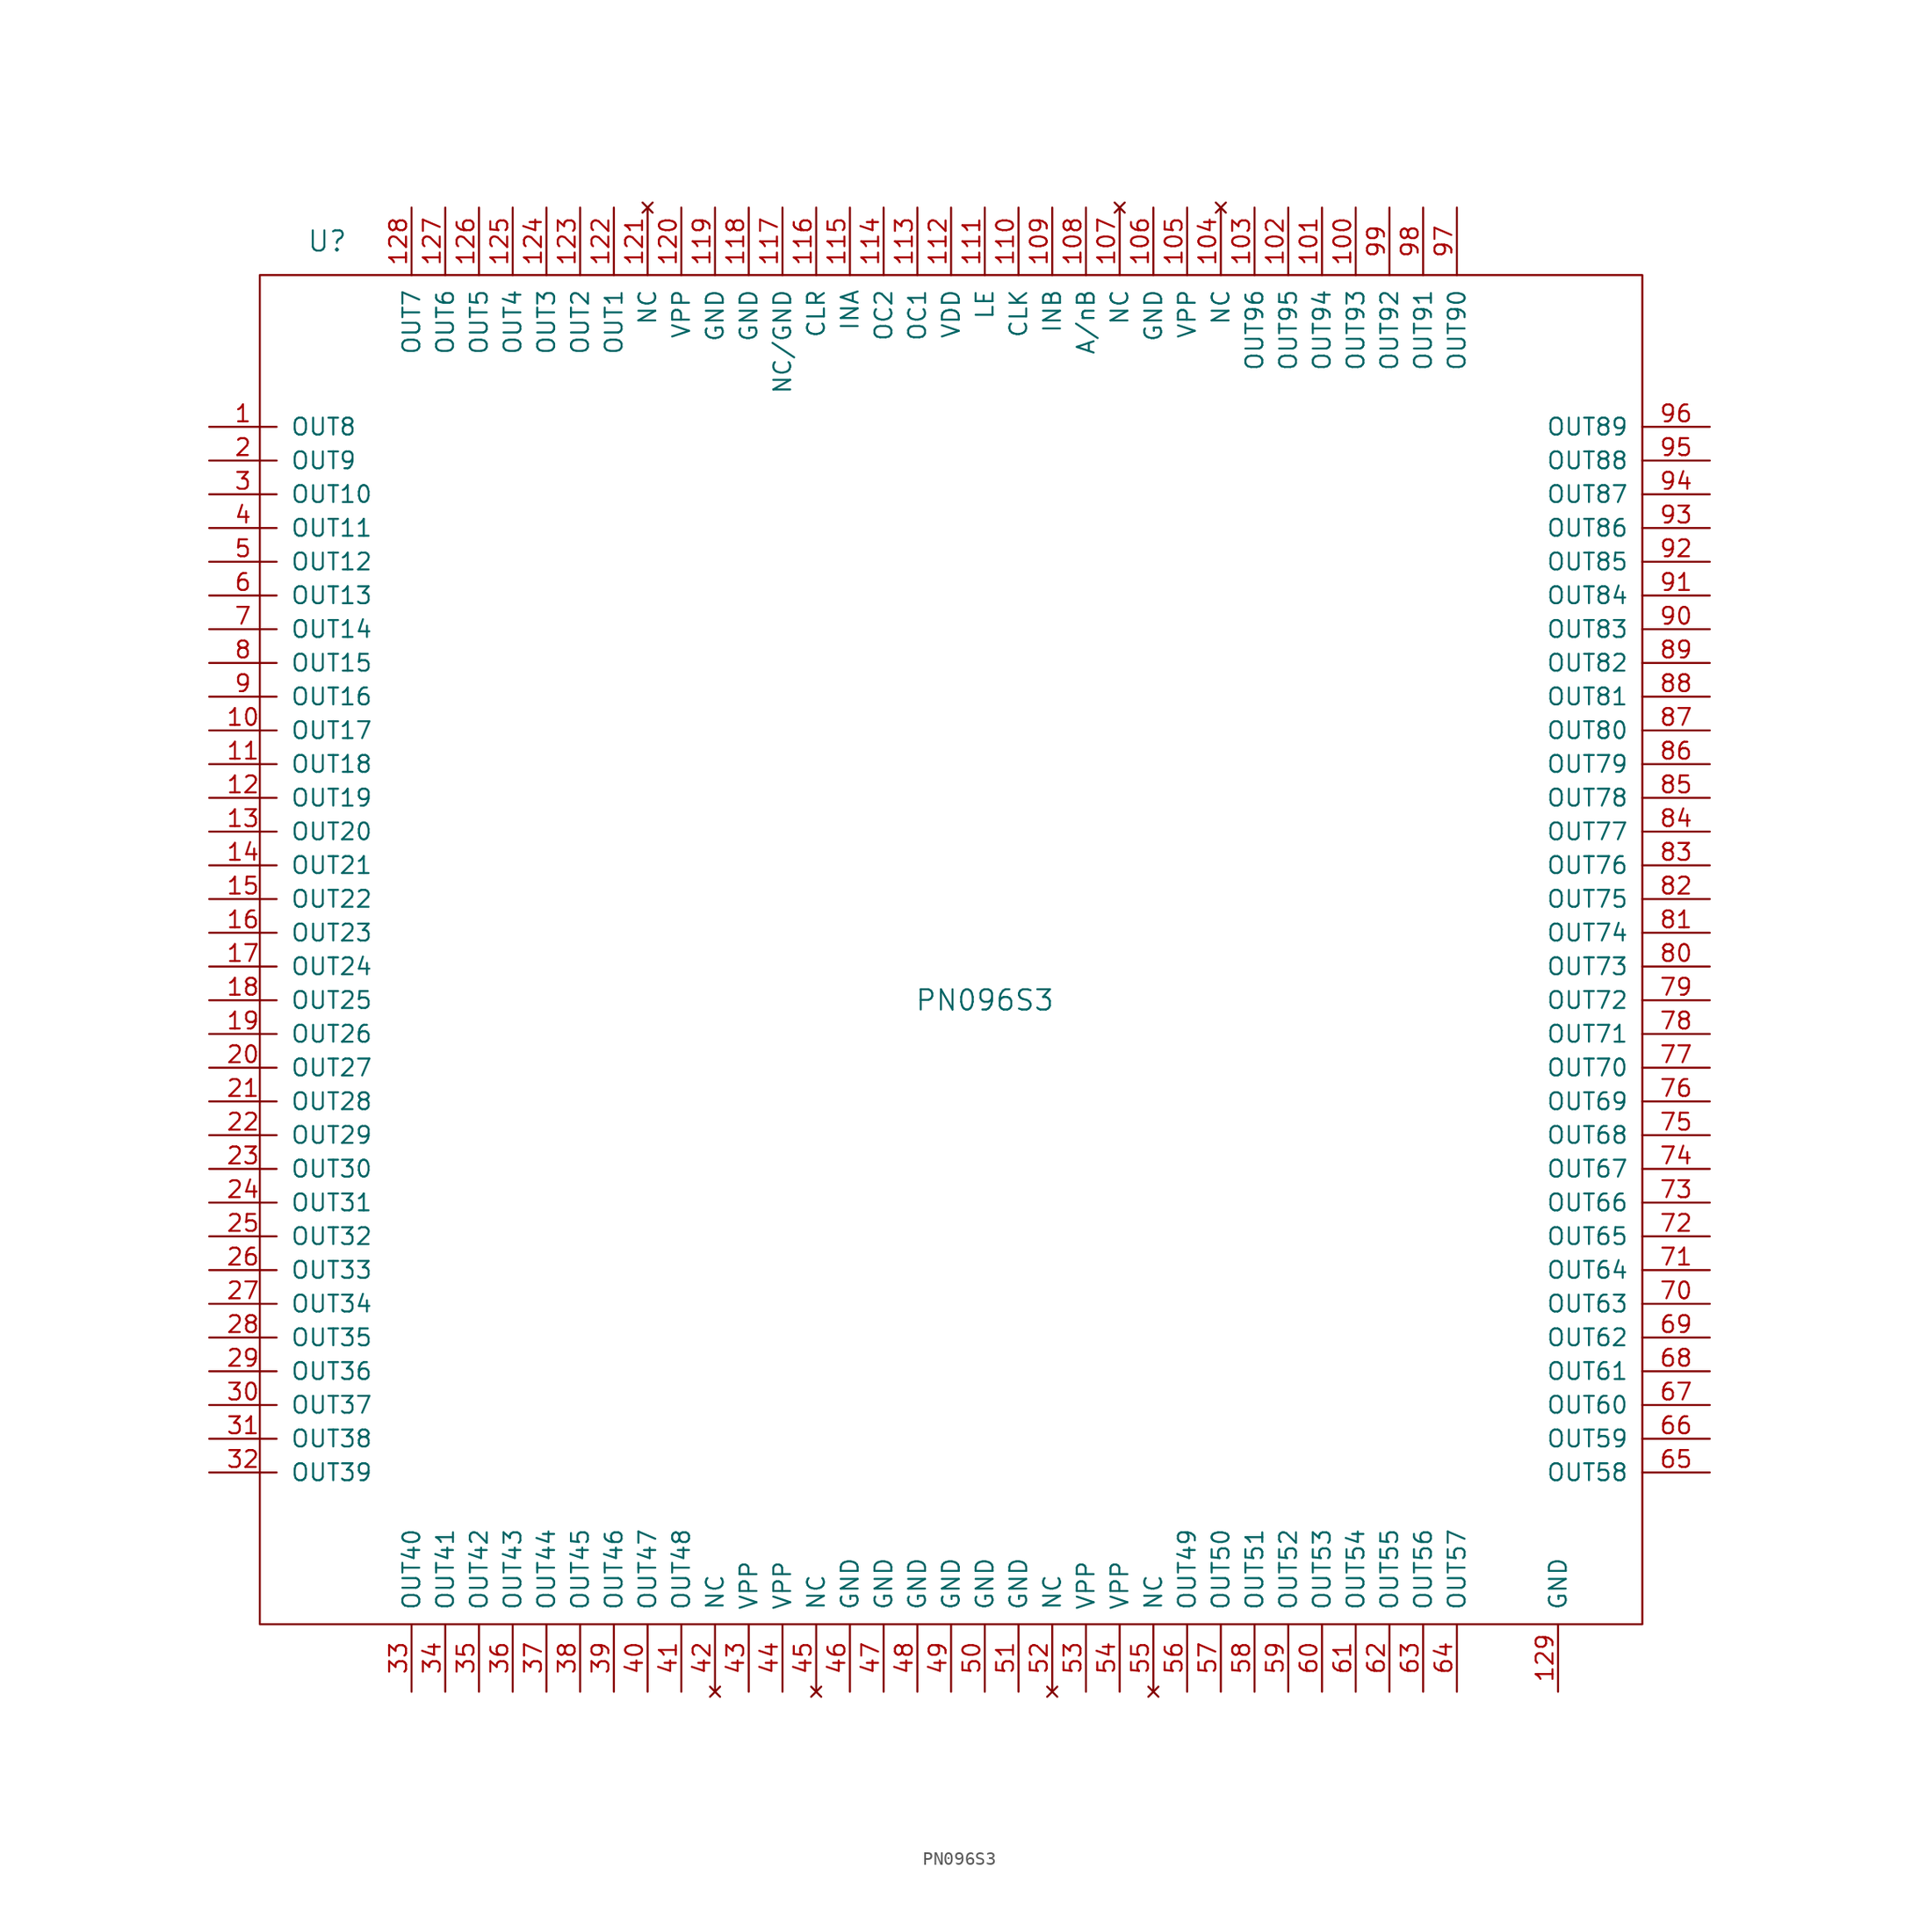
<source format=kicad_sym>
(kicad_symbol_lib
  (version 20220914)
  (generator kicad_symbol_editor)
  (symbol "PN096S3"
    (pin_names
      (offset 1.016))
    (property "Reference" "U"
      (at -48.26 55.88 0)
      (effects (font (size 1.524 1.524))))
    (property "Value" "PN096S3"
      (at 1.27 -1.27 0)
      (effects (font (size 1.524 1.524))))
    (property "Footprint" ""
      (at 33.02 -53.34 0)
      (effects (font (size 1.524 1.524))))
    (property "Datasheet" ""
      (at 33.02 -53.34 0)
      (effects (font (size 1.524 1.524))))
    (symbol "PN096S3_0_1"
      (rectangle (start -53.34 53.34) (end 50.8 -48.26) (stroke (width 0) (type default)) (fill (type none))))
    (symbol "PN096S3_1_1"
      (pin input line (at -57.15 41.91 0) (length 5.08) (name "OUT8" (effects (font (size 1.27 1.27)))) (number "1" (effects (font (size 1.27 1.27)))))
      (pin input line (at -57.15 19.05 0) (length 5.08) (name "OUT17" (effects (font (size 1.27 1.27)))) (number "10" (effects (font (size 1.27 1.27)))))
      (pin input line (at 29.21 58.42 270) (length 5.08) (name "OUT93" (effects (font (size 1.27 1.27)))) (number "100" (effects (font (size 1.27 1.27)))))
      (pin input line (at 26.67 58.42 270) (length 5.08) (name "OUT94" (effects (font (size 1.27 1.27)))) (number "101" (effects (font (size 1.27 1.27)))))
      (pin input line (at 24.13 58.42 270) (length 5.08) (name "OUT95" (effects (font (size 1.27 1.27)))) (number "102" (effects (font (size 1.27 1.27)))))
      (pin input line (at 21.59 58.42 270) (length 5.08) (name "OUT96" (effects (font (size 1.27 1.27)))) (number "103" (effects (font (size 1.27 1.27)))))
      (pin no_connect line (at 19.05 58.42 270) (length 5.08) (name "NC" (effects (font (size 1.27 1.27)))) (number "104" (effects (font (size 1.27 1.27)))))
      (pin power_in line (at 16.51 58.42 270) (length 5.08) (name "VPP" (effects (font (size 1.27 1.27)))) (number "105" (effects (font (size 1.27 1.27)))))
      (pin power_in line (at 13.97 58.42 270) (length 5.08) (name "GND" (effects (font (size 1.27 1.27)))) (number "106" (effects (font (size 1.27 1.27)))))
      (pin no_connect line (at 11.43 58.42 270) (length 5.08) (name "NC" (effects (font (size 1.27 1.27)))) (number "107" (effects (font (size 1.27 1.27)))))
      (pin input line (at 8.89 58.42 270) (length 5.08) (name "A/nB" (effects (font (size 1.27 1.27)))) (number "108" (effects (font (size 1.27 1.27)))))
      (pin input line (at 6.35 58.42 270) (length 5.08) (name "INB" (effects (font (size 1.27 1.27)))) (number "109" (effects (font (size 1.27 1.27)))))
      (pin input line (at -57.15 16.51 0) (length 5.08) (name "OUT18" (effects (font (size 1.27 1.27)))) (number "11" (effects (font (size 1.27 1.27)))))
      (pin input line (at 3.81 58.42 270) (length 5.08) (name "CLK" (effects (font (size 1.27 1.27)))) (number "110" (effects (font (size 1.27 1.27)))))
      (pin input line (at 1.27 58.42 270) (length 5.08) (name "LE" (effects (font (size 1.27 1.27)))) (number "111" (effects (font (size 1.27 1.27)))))
      (pin power_in line (at -1.27 58.42 270) (length 5.08) (name "VDD" (effects (font (size 1.27 1.27)))) (number "112" (effects (font (size 1.27 1.27)))))
      (pin input line (at -3.81 58.42 270) (length 5.08) (name "OC1" (effects (font (size 1.27 1.27)))) (number "113" (effects (font (size 1.27 1.27)))))
      (pin input line (at -6.35 58.42 270) (length 5.08) (name "OC2" (effects (font (size 1.27 1.27)))) (number "114" (effects (font (size 1.27 1.27)))))
      (pin input line (at -8.89 58.42 270) (length 5.08) (name "INA" (effects (font (size 1.27 1.27)))) (number "115" (effects (font (size 1.27 1.27)))))
      (pin input line (at -11.43 58.42 270) (length 5.08) (name "CLR" (effects (font (size 1.27 1.27)))) (number "116" (effects (font (size 1.27 1.27)))))
      (pin power_in line (at -13.97 58.42 270) (length 5.08) (name "NC/GND" (effects (font (size 1.27 1.27)))) (number "117" (effects (font (size 1.27 1.27)))))
      (pin power_in line (at -16.51 58.42 270) (length 5.08) (name "GND" (effects (font (size 1.27 1.27)))) (number "118" (effects (font (size 1.27 1.27)))))
      (pin power_in line (at -19.05 58.42 270) (length 5.08) (name "GND" (effects (font (size 1.27 1.27)))) (number "119" (effects (font (size 1.27 1.27)))))
      (pin input line (at -57.15 13.97 0) (length 5.08) (name "OUT19" (effects (font (size 1.27 1.27)))) (number "12" (effects (font (size 1.27 1.27)))))
      (pin power_in line (at -21.59 58.42 270) (length 5.08) (name "VPP" (effects (font (size 1.27 1.27)))) (number "120" (effects (font (size 1.27 1.27)))))
      (pin no_connect line (at -24.13 58.42 270) (length 5.08) (name "NC" (effects (font (size 1.27 1.27)))) (number "121" (effects (font (size 1.27 1.27)))))
      (pin input line (at -26.67 58.42 270) (length 5.08) (name "OUT1" (effects (font (size 1.27 1.27)))) (number "122" (effects (font (size 1.27 1.27)))))
      (pin input line (at -29.21 58.42 270) (length 5.08) (name "OUT2" (effects (font (size 1.27 1.27)))) (number "123" (effects (font (size 1.27 1.27)))))
      (pin input line (at -31.75 58.42 270) (length 5.08) (name "OUT3" (effects (font (size 1.27 1.27)))) (number "124" (effects (font (size 1.27 1.27)))))
      (pin input line (at -34.29 58.42 270) (length 5.08) (name "OUT4" (effects (font (size 1.27 1.27)))) (number "125" (effects (font (size 1.27 1.27)))))
      (pin input line (at -36.83 58.42 270) (length 5.08) (name "OUT5" (effects (font (size 1.27 1.27)))) (number "126" (effects (font (size 1.27 1.27)))))
      (pin input line (at -39.37 58.42 270) (length 5.08) (name "OUT6" (effects (font (size 1.27 1.27)))) (number "127" (effects (font (size 1.27 1.27)))))
      (pin input line (at -41.91 58.42 270) (length 5.08) (name "OUT7" (effects (font (size 1.27 1.27)))) (number "128" (effects (font (size 1.27 1.27)))))
      (pin power_in line (at 44.45 -53.34 90) (length 5.08) (name "GND" (effects (font (size 1.27 1.27)))) (number "129" (effects (font (size 1.27 1.27)))))
      (pin input line (at -57.15 11.43 0) (length 5.08) (name "OUT20" (effects (font (size 1.27 1.27)))) (number "13" (effects (font (size 1.27 1.27)))))
      (pin input line (at -57.15 8.89 0) (length 5.08) (name "OUT21" (effects (font (size 1.27 1.27)))) (number "14" (effects (font (size 1.27 1.27)))))
      (pin input line (at -57.15 6.35 0) (length 5.08) (name "OUT22" (effects (font (size 1.27 1.27)))) (number "15" (effects (font (size 1.27 1.27)))))
      (pin input line (at -57.15 3.81 0) (length 5.08) (name "OUT23" (effects (font (size 1.27 1.27)))) (number "16" (effects (font (size 1.27 1.27)))))
      (pin input line (at -57.15 1.27 0) (length 5.08) (name "OUT24" (effects (font (size 1.27 1.27)))) (number "17" (effects (font (size 1.27 1.27)))))
      (pin input line (at -57.15 -1.27 0) (length 5.08) (name "OUT25" (effects (font (size 1.27 1.27)))) (number "18" (effects (font (size 1.27 1.27)))))
      (pin input line (at -57.15 -3.81 0) (length 5.08) (name "OUT26" (effects (font (size 1.27 1.27)))) (number "19" (effects (font (size 1.27 1.27)))))
      (pin input line (at -57.15 39.37 0) (length 5.08) (name "OUT9" (effects (font (size 1.27 1.27)))) (number "2" (effects (font (size 1.27 1.27)))))
      (pin input line (at -57.15 -6.35 0) (length 5.08) (name "OUT27" (effects (font (size 1.27 1.27)))) (number "20" (effects (font (size 1.27 1.27)))))
      (pin input line (at -57.15 -8.89 0) (length 5.08) (name "OUT28" (effects (font (size 1.27 1.27)))) (number "21" (effects (font (size 1.27 1.27)))))
      (pin input line (at -57.15 -11.43 0) (length 5.08) (name "OUT29" (effects (font (size 1.27 1.27)))) (number "22" (effects (font (size 1.27 1.27)))))
      (pin input line (at -57.15 -13.97 0) (length 5.08) (name "OUT30" (effects (font (size 1.27 1.27)))) (number "23" (effects (font (size 1.27 1.27)))))
      (pin input line (at -57.15 -16.51 0) (length 5.08) (name "OUT31" (effects (font (size 1.27 1.27)))) (number "24" (effects (font (size 1.27 1.27)))))
      (pin input line (at -57.15 -19.05 0) (length 5.08) (name "OUT32" (effects (font (size 1.27 1.27)))) (number "25" (effects (font (size 1.27 1.27)))))
      (pin input line (at -57.15 -21.59 0) (length 5.08) (name "OUT33" (effects (font (size 1.27 1.27)))) (number "26" (effects (font (size 1.27 1.27)))))
      (pin input line (at -57.15 -24.13 0) (length 5.08) (name "OUT34" (effects (font (size 1.27 1.27)))) (number "27" (effects (font (size 1.27 1.27)))))
      (pin input line (at -57.15 -26.67 0) (length 5.08) (name "OUT35" (effects (font (size 1.27 1.27)))) (number "28" (effects (font (size 1.27 1.27)))))
      (pin input line (at -57.15 -29.21 0) (length 5.08) (name "OUT36" (effects (font (size 1.27 1.27)))) (number "29" (effects (font (size 1.27 1.27)))))
      (pin input line (at -57.15 36.83 0) (length 5.08) (name "OUT10" (effects (font (size 1.27 1.27)))) (number "3" (effects (font (size 1.27 1.27)))))
      (pin input line (at -57.15 -31.75 0) (length 5.08) (name "OUT37" (effects (font (size 1.27 1.27)))) (number "30" (effects (font (size 1.27 1.27)))))
      (pin input line (at -57.15 -34.29 0) (length 5.08) (name "OUT38" (effects (font (size 1.27 1.27)))) (number "31" (effects (font (size 1.27 1.27)))))
      (pin input line (at -57.15 -36.83 0) (length 5.08) (name "OUT39" (effects (font (size 1.27 1.27)))) (number "32" (effects (font (size 1.27 1.27)))))
      (pin input line (at -41.91 -53.34 90) (length 5.08) (name "OUT40" (effects (font (size 1.27 1.27)))) (number "33" (effects (font (size 1.27 1.27)))))
      (pin input line (at -39.37 -53.34 90) (length 5.08) (name "OUT41" (effects (font (size 1.27 1.27)))) (number "34" (effects (font (size 1.27 1.27)))))
      (pin input line (at -36.83 -53.34 90) (length 5.08) (name "OUT42" (effects (font (size 1.27 1.27)))) (number "35" (effects (font (size 1.27 1.27)))))
      (pin input line (at -34.29 -53.34 90) (length 5.08) (name "OUT43" (effects (font (size 1.27 1.27)))) (number "36" (effects (font (size 1.27 1.27)))))
      (pin input line (at -31.75 -53.34 90) (length 5.08) (name "OUT44" (effects (font (size 1.27 1.27)))) (number "37" (effects (font (size 1.27 1.27)))))
      (pin input line (at -29.21 -53.34 90) (length 5.08) (name "OUT45" (effects (font (size 1.27 1.27)))) (number "38" (effects (font (size 1.27 1.27)))))
      (pin input line (at -26.67 -53.34 90) (length 5.08) (name "OUT46" (effects (font (size 1.27 1.27)))) (number "39" (effects (font (size 1.27 1.27)))))
      (pin input line (at -57.15 34.29 0) (length 5.08) (name "OUT11" (effects (font (size 1.27 1.27)))) (number "4" (effects (font (size 1.27 1.27)))))
      (pin input line (at -24.13 -53.34 90) (length 5.08) (name "OUT47" (effects (font (size 1.27 1.27)))) (number "40" (effects (font (size 1.27 1.27)))))
      (pin input line (at -21.59 -53.34 90) (length 5.08) (name "OUT48" (effects (font (size 1.27 1.27)))) (number "41" (effects (font (size 1.27 1.27)))))
      (pin no_connect line (at -19.05 -53.34 90) (length 5.08) (name "NC" (effects (font (size 1.27 1.27)))) (number "42" (effects (font (size 1.27 1.27)))))
      (pin power_in line (at -16.51 -53.34 90) (length 5.08) (name "VPP" (effects (font (size 1.27 1.27)))) (number "43" (effects (font (size 1.27 1.27)))))
      (pin power_in line (at -13.97 -53.34 90) (length 5.08) (name "VPP" (effects (font (size 1.27 1.27)))) (number "44" (effects (font (size 1.27 1.27)))))
      (pin no_connect line (at -11.43 -53.34 90) (length 5.08) (name "NC" (effects (font (size 1.27 1.27)))) (number "45" (effects (font (size 1.27 1.27)))))
      (pin power_in line (at -8.89 -53.34 90) (length 5.08) (name "GND" (effects (font (size 1.27 1.27)))) (number "46" (effects (font (size 1.27 1.27)))))
      (pin power_in line (at -6.35 -53.34 90) (length 5.08) (name "GND" (effects (font (size 1.27 1.27)))) (number "47" (effects (font (size 1.27 1.27)))))
      (pin power_in line (at -3.81 -53.34 90) (length 5.08) (name "GND" (effects (font (size 1.27 1.27)))) (number "48" (effects (font (size 1.27 1.27)))))
      (pin power_in line (at -1.27 -53.34 90) (length 5.08) (name "GND" (effects (font (size 1.27 1.27)))) (number "49" (effects (font (size 1.27 1.27)))))
      (pin input line (at -57.15 31.75 0) (length 5.08) (name "OUT12" (effects (font (size 1.27 1.27)))) (number "5" (effects (font (size 1.27 1.27)))))
      (pin power_in line (at 1.27 -53.34 90) (length 5.08) (name "GND" (effects (font (size 1.27 1.27)))) (number "50" (effects (font (size 1.27 1.27)))))
      (pin power_in line (at 3.81 -53.34 90) (length 5.08) (name "GND" (effects (font (size 1.27 1.27)))) (number "51" (effects (font (size 1.27 1.27)))))
      (pin no_connect line (at 6.35 -53.34 90) (length 5.08) (name "NC" (effects (font (size 1.27 1.27)))) (number "52" (effects (font (size 1.27 1.27)))))
      (pin power_in line (at 8.89 -53.34 90) (length 5.08) (name "VPP" (effects (font (size 1.27 1.27)))) (number "53" (effects (font (size 1.27 1.27)))))
      (pin power_in line (at 11.43 -53.34 90) (length 5.08) (name "VPP" (effects (font (size 1.27 1.27)))) (number "54" (effects (font (size 1.27 1.27)))))
      (pin no_connect line (at 13.97 -53.34 90) (length 5.08) (name "NC" (effects (font (size 1.27 1.27)))) (number "55" (effects (font (size 1.27 1.27)))))
      (pin input line (at 16.51 -53.34 90) (length 5.08) (name "OUT49" (effects (font (size 1.27 1.27)))) (number "56" (effects (font (size 1.27 1.27)))))
      (pin input line (at 19.05 -53.34 90) (length 5.08) (name "OUT50" (effects (font (size 1.27 1.27)))) (number "57" (effects (font (size 1.27 1.27)))))
      (pin input line (at 21.59 -53.34 90) (length 5.08) (name "OUT51" (effects (font (size 1.27 1.27)))) (number "58" (effects (font (size 1.27 1.27)))))
      (pin input line (at 24.13 -53.34 90) (length 5.08) (name "OUT52" (effects (font (size 1.27 1.27)))) (number "59" (effects (font (size 1.27 1.27)))))
      (pin input line (at -57.15 29.21 0) (length 5.08) (name "OUT13" (effects (font (size 1.27 1.27)))) (number "6" (effects (font (size 1.27 1.27)))))
      (pin input line (at 26.67 -53.34 90) (length 5.08) (name "OUT53" (effects (font (size 1.27 1.27)))) (number "60" (effects (font (size 1.27 1.27)))))
      (pin input line (at 29.21 -53.34 90) (length 5.08) (name "OUT54" (effects (font (size 1.27 1.27)))) (number "61" (effects (font (size 1.27 1.27)))))
      (pin input line (at 31.75 -53.34 90) (length 5.08) (name "OUT55" (effects (font (size 1.27 1.27)))) (number "62" (effects (font (size 1.27 1.27)))))
      (pin input line (at 34.29 -53.34 90) (length 5.08) (name "OUT56" (effects (font (size 1.27 1.27)))) (number "63" (effects (font (size 1.27 1.27)))))
      (pin input line (at 36.83 -53.34 90) (length 5.08) (name "OUT57" (effects (font (size 1.27 1.27)))) (number "64" (effects (font (size 1.27 1.27)))))
      (pin input line (at 55.88 -36.83 180) (length 5.08) (name "OUT58" (effects (font (size 1.27 1.27)))) (number "65" (effects (font (size 1.27 1.27)))))
      (pin input line (at 55.88 -34.29 180) (length 5.08) (name "OUT59" (effects (font (size 1.27 1.27)))) (number "66" (effects (font (size 1.27 1.27)))))
      (pin input line (at 55.88 -31.75 180) (length 5.08) (name "OUT60" (effects (font (size 1.27 1.27)))) (number "67" (effects (font (size 1.27 1.27)))))
      (pin input line (at 55.88 -29.21 180) (length 5.08) (name "OUT61" (effects (font (size 1.27 1.27)))) (number "68" (effects (font (size 1.27 1.27)))))
      (pin input line (at 55.88 -26.67 180) (length 5.08) (name "OUT62" (effects (font (size 1.27 1.27)))) (number "69" (effects (font (size 1.27 1.27)))))
      (pin input line (at -57.15 26.67 0) (length 5.08) (name "OUT14" (effects (font (size 1.27 1.27)))) (number "7" (effects (font (size 1.27 1.27)))))
      (pin input line (at 55.88 -24.13 180) (length 5.08) (name "OUT63" (effects (font (size 1.27 1.27)))) (number "70" (effects (font (size 1.27 1.27)))))
      (pin input line (at 55.88 -21.59 180) (length 5.08) (name "OUT64" (effects (font (size 1.27 1.27)))) (number "71" (effects (font (size 1.27 1.27)))))
      (pin input line (at 55.88 -19.05 180) (length 5.08) (name "OUT65" (effects (font (size 1.27 1.27)))) (number "72" (effects (font (size 1.27 1.27)))))
      (pin input line (at 55.88 -16.51 180) (length 5.08) (name "OUT66" (effects (font (size 1.27 1.27)))) (number "73" (effects (font (size 1.27 1.27)))))
      (pin input line (at 55.88 -13.97 180) (length 5.08) (name "OUT67" (effects (font (size 1.27 1.27)))) (number "74" (effects (font (size 1.27 1.27)))))
      (pin input line (at 55.88 -11.43 180) (length 5.08) (name "OUT68" (effects (font (size 1.27 1.27)))) (number "75" (effects (font (size 1.27 1.27)))))
      (pin input line (at 55.88 -8.89 180) (length 5.08) (name "OUT69" (effects (font (size 1.27 1.27)))) (number "76" (effects (font (size 1.27 1.27)))))
      (pin input line (at 55.88 -6.35 180) (length 5.08) (name "OUT70" (effects (font (size 1.27 1.27)))) (number "77" (effects (font (size 1.27 1.27)))))
      (pin input line (at 55.88 -3.81 180) (length 5.08) (name "OUT71" (effects (font (size 1.27 1.27)))) (number "78" (effects (font (size 1.27 1.27)))))
      (pin input line (at 55.88 -1.27 180) (length 5.08) (name "OUT72" (effects (font (size 1.27 1.27)))) (number "79" (effects (font (size 1.27 1.27)))))
      (pin input line (at -57.15 24.13 0) (length 5.08) (name "OUT15" (effects (font (size 1.27 1.27)))) (number "8" (effects (font (size 1.27 1.27)))))
      (pin input line (at 55.88 1.27 180) (length 5.08) (name "OUT73" (effects (font (size 1.27 1.27)))) (number "80" (effects (font (size 1.27 1.27)))))
      (pin input line (at 55.88 3.81 180) (length 5.08) (name "OUT74" (effects (font (size 1.27 1.27)))) (number "81" (effects (font (size 1.27 1.27)))))
      (pin input line (at 55.88 6.35 180) (length 5.08) (name "OUT75" (effects (font (size 1.27 1.27)))) (number "82" (effects (font (size 1.27 1.27)))))
      (pin input line (at 55.88 8.89 180) (length 5.08) (name "OUT76" (effects (font (size 1.27 1.27)))) (number "83" (effects (font (size 1.27 1.27)))))
      (pin input line (at 55.88 11.43 180) (length 5.08) (name "OUT77" (effects (font (size 1.27 1.27)))) (number "84" (effects (font (size 1.27 1.27)))))
      (pin input line (at 55.88 13.97 180) (length 5.08) (name "OUT78" (effects (font (size 1.27 1.27)))) (number "85" (effects (font (size 1.27 1.27)))))
      (pin input line (at 55.88 16.51 180) (length 5.08) (name "OUT79" (effects (font (size 1.27 1.27)))) (number "86" (effects (font (size 1.27 1.27)))))
      (pin input line (at 55.88 19.05 180) (length 5.08) (name "OUT80" (effects (font (size 1.27 1.27)))) (number "87" (effects (font (size 1.27 1.27)))))
      (pin input line (at 55.88 21.59 180) (length 5.08) (name "OUT81" (effects (font (size 1.27 1.27)))) (number "88" (effects (font (size 1.27 1.27)))))
      (pin input line (at 55.88 24.13 180) (length 5.08) (name "OUT82" (effects (font (size 1.27 1.27)))) (number "89" (effects (font (size 1.27 1.27)))))
      (pin input line (at -57.15 21.59 0) (length 5.08) (name "OUT16" (effects (font (size 1.27 1.27)))) (number "9" (effects (font (size 1.27 1.27)))))
      (pin input line (at 55.88 26.67 180) (length 5.08) (name "OUT83" (effects (font (size 1.27 1.27)))) (number "90" (effects (font (size 1.27 1.27)))))
      (pin input line (at 55.88 29.21 180) (length 5.08) (name "OUT84" (effects (font (size 1.27 1.27)))) (number "91" (effects (font (size 1.27 1.27)))))
      (pin input line (at 55.88 31.75 180) (length 5.08) (name "OUT85" (effects (font (size 1.27 1.27)))) (number "92" (effects (font (size 1.27 1.27)))))
      (pin input line (at 55.88 34.29 180) (length 5.08) (name "OUT86" (effects (font (size 1.27 1.27)))) (number "93" (effects (font (size 1.27 1.27)))))
      (pin input line (at 55.88 36.83 180) (length 5.08) (name "OUT87" (effects (font (size 1.27 1.27)))) (number "94" (effects (font (size 1.27 1.27)))))
      (pin input line (at 55.88 39.37 180) (length 5.08) (name "OUT88" (effects (font (size 1.27 1.27)))) (number "95" (effects (font (size 1.27 1.27)))))
      (pin input line (at 55.88 41.91 180) (length 5.08) (name "OUT89" (effects (font (size 1.27 1.27)))) (number "96" (effects (font (size 1.27 1.27)))))
      (pin input line (at 36.83 58.42 270) (length 5.08) (name "OUT90" (effects (font (size 1.27 1.27)))) (number "97" (effects (font (size 1.27 1.27)))))
      (pin input line (at 34.29 58.42 270) (length 5.08) (name "OUT91" (effects (font (size 1.27 1.27)))) (number "98" (effects (font (size 1.27 1.27)))))
      (pin input line (at 31.75 58.42 270) (length 5.08) (name "OUT92" (effects (font (size 1.27 1.27)))) (number "99" (effects (font (size 1.27 1.27))))))))
</source>
